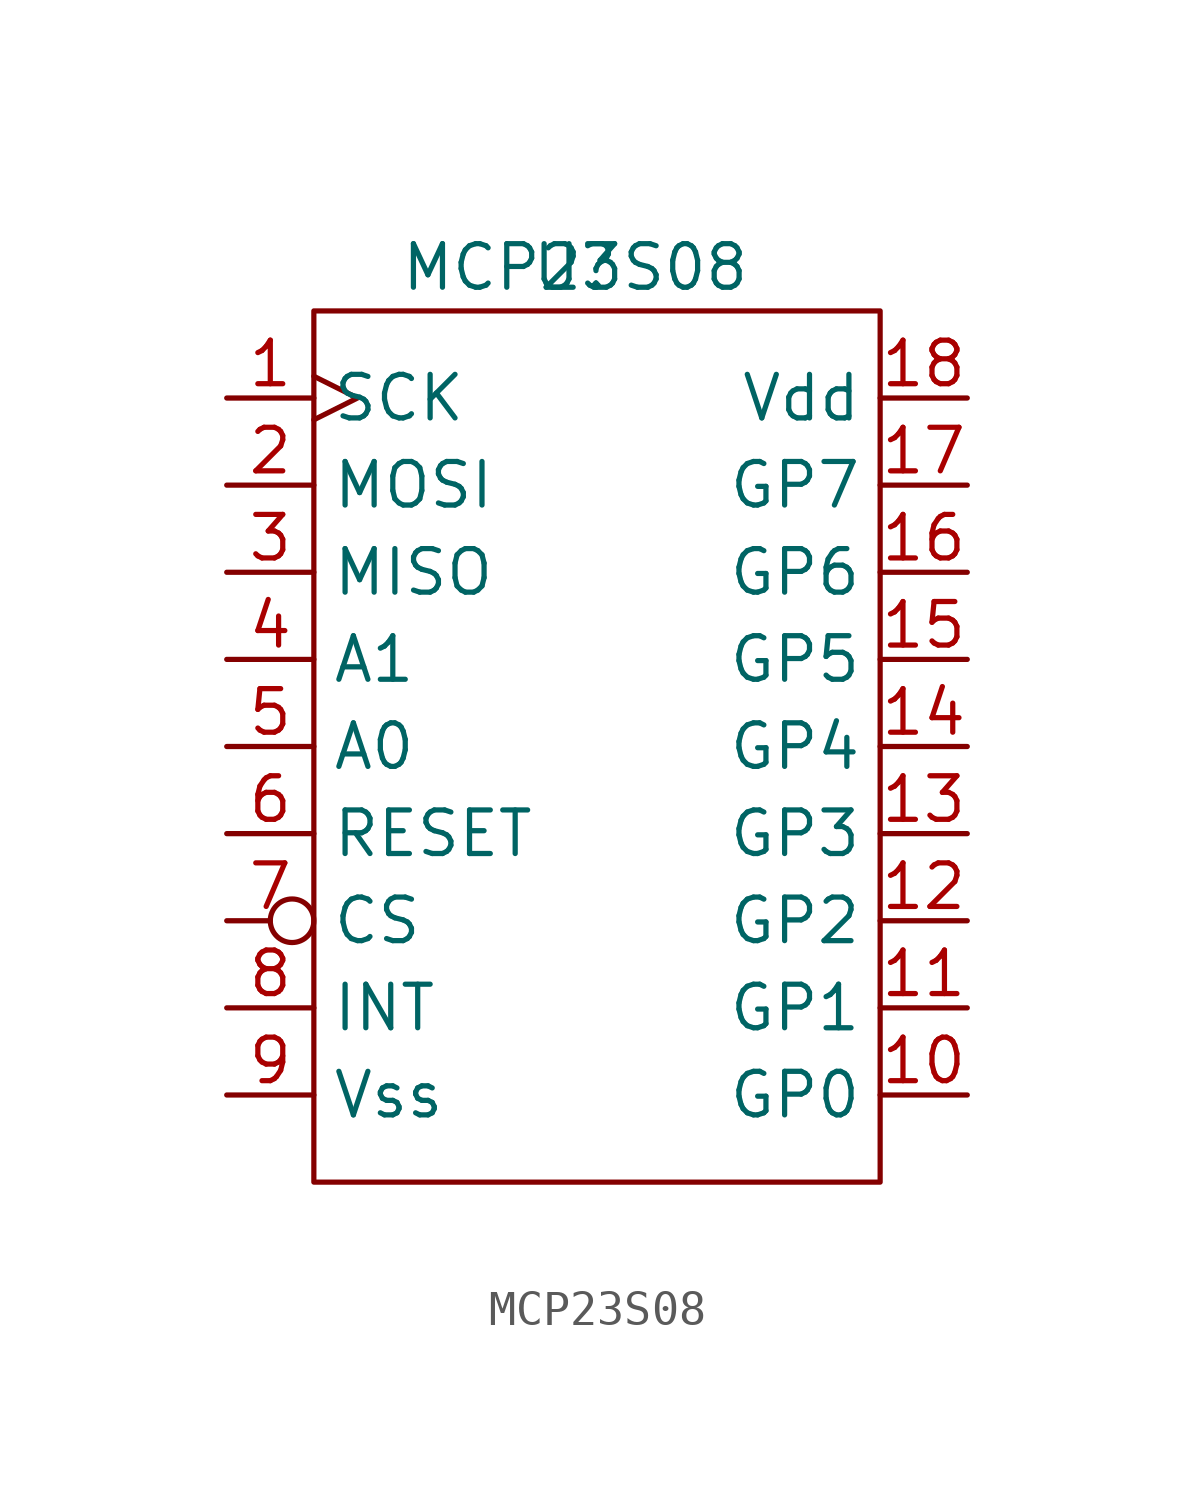
<source format=kicad_sym>
(kicad_symbol_lib
  (version 20211014)
  (generator kicad_symbol_editor)
  (symbol "MCP23S08"
    (property "Reference" "U"
      (at 0 0 0)
      (effects (font (size 1.27 1.27))))
    (property "Value" "MCP23S08"
      (at 0 0 0)
      (effects (font (size 1.27 1.27))))
    (symbol "MCP23S08_0_1"
      (rectangle (start -7.62 -1.27) (end 8.89 -26.67) (stroke (width 0.152) (type default) (color 0 0 0 0)) (fill (type none))))
    (symbol "MCP23S08_1_1"
      (pin input clock (at -10.16 -3.81 0) (length 2.54) (name "SCK" (effects (font (size 1.27 1.27)))) (number "1" (effects (font (size 1.27 1.27)))))
      (pin input line (at 11.43 -24.13 180) (length 2.54) (name "GP0" (effects (font (size 1.27 1.27)))) (number "10" (effects (font (size 1.27 1.27)))))
      (pin input line (at 11.43 -21.59 180) (length 2.54) (name "GP1" (effects (font (size 1.27 1.27)))) (number "11" (effects (font (size 1.27 1.27)))))
      (pin input line (at 11.43 -19.05 180) (length 2.54) (name "GP2" (effects (font (size 1.27 1.27)))) (number "12" (effects (font (size 1.27 1.27)))))
      (pin input line (at 11.43 -16.51 180) (length 2.54) (name "GP3" (effects (font (size 1.27 1.27)))) (number "13" (effects (font (size 1.27 1.27)))))
      (pin input line (at 11.43 -13.97 180) (length 2.54) (name "GP4" (effects (font (size 1.27 1.27)))) (number "14" (effects (font (size 1.27 1.27)))))
      (pin input line (at 11.43 -11.43 180) (length 2.54) (name "GP5" (effects (font (size 1.27 1.27)))) (number "15" (effects (font (size 1.27 1.27)))))
      (pin input line (at 11.43 -8.89 180) (length 2.54) (name "GP6" (effects (font (size 1.27 1.27)))) (number "16" (effects (font (size 1.27 1.27)))))
      (pin input line (at 11.43 -6.35 180) (length 2.54) (name "GP7" (effects (font (size 1.27 1.27)))) (number "17" (effects (font (size 1.27 1.27)))))
      (pin power_in line (at 11.43 -3.81 180) (length 2.54) (name "Vdd" (effects (font (size 1.27 1.27)))) (number "18" (effects (font (size 1.27 1.27)))))
      (pin input line (at -10.16 -6.35 0) (length 2.54) (name "MOSI" (effects (font (size 1.27 1.27)))) (number "2" (effects (font (size 1.27 1.27)))))
      (pin input line (at -10.16 -8.89 0) (length 2.54) (name "MISO" (effects (font (size 1.27 1.27)))) (number "3" (effects (font (size 1.27 1.27)))))
      (pin input line (at -10.16 -11.43 0) (length 2.54) (name "A1" (effects (font (size 1.27 1.27)))) (number "4" (effects (font (size 1.27 1.27)))))
      (pin input line (at -10.16 -13.97 0) (length 2.54) (name "A0" (effects (font (size 1.27 1.27)))) (number "5" (effects (font (size 1.27 1.27)))))
      (pin input line (at -10.16 -16.51 0) (length 2.54) (name "RESET" (effects (font (size 1.27 1.27)))) (number "6" (effects (font (size 1.27 1.27)))))
      (pin input inverted (at -10.16 -19.05 0) (length 2.54) (name "CS" (effects (font (size 1.27 1.27)))) (number "7" (effects (font (size 1.27 1.27)))))
      (pin output line (at -10.16 -21.59 0) (length 2.54) (name "INT" (effects (font (size 1.27 1.27)))) (number "8" (effects (font (size 1.27 1.27)))))
      (pin power_in line (at -10.16 -24.13 0) (length 2.54) (name "Vss" (effects (font (size 1.27 1.27)))) (number "9" (effects (font (size 1.27 1.27))))))))
</source>
